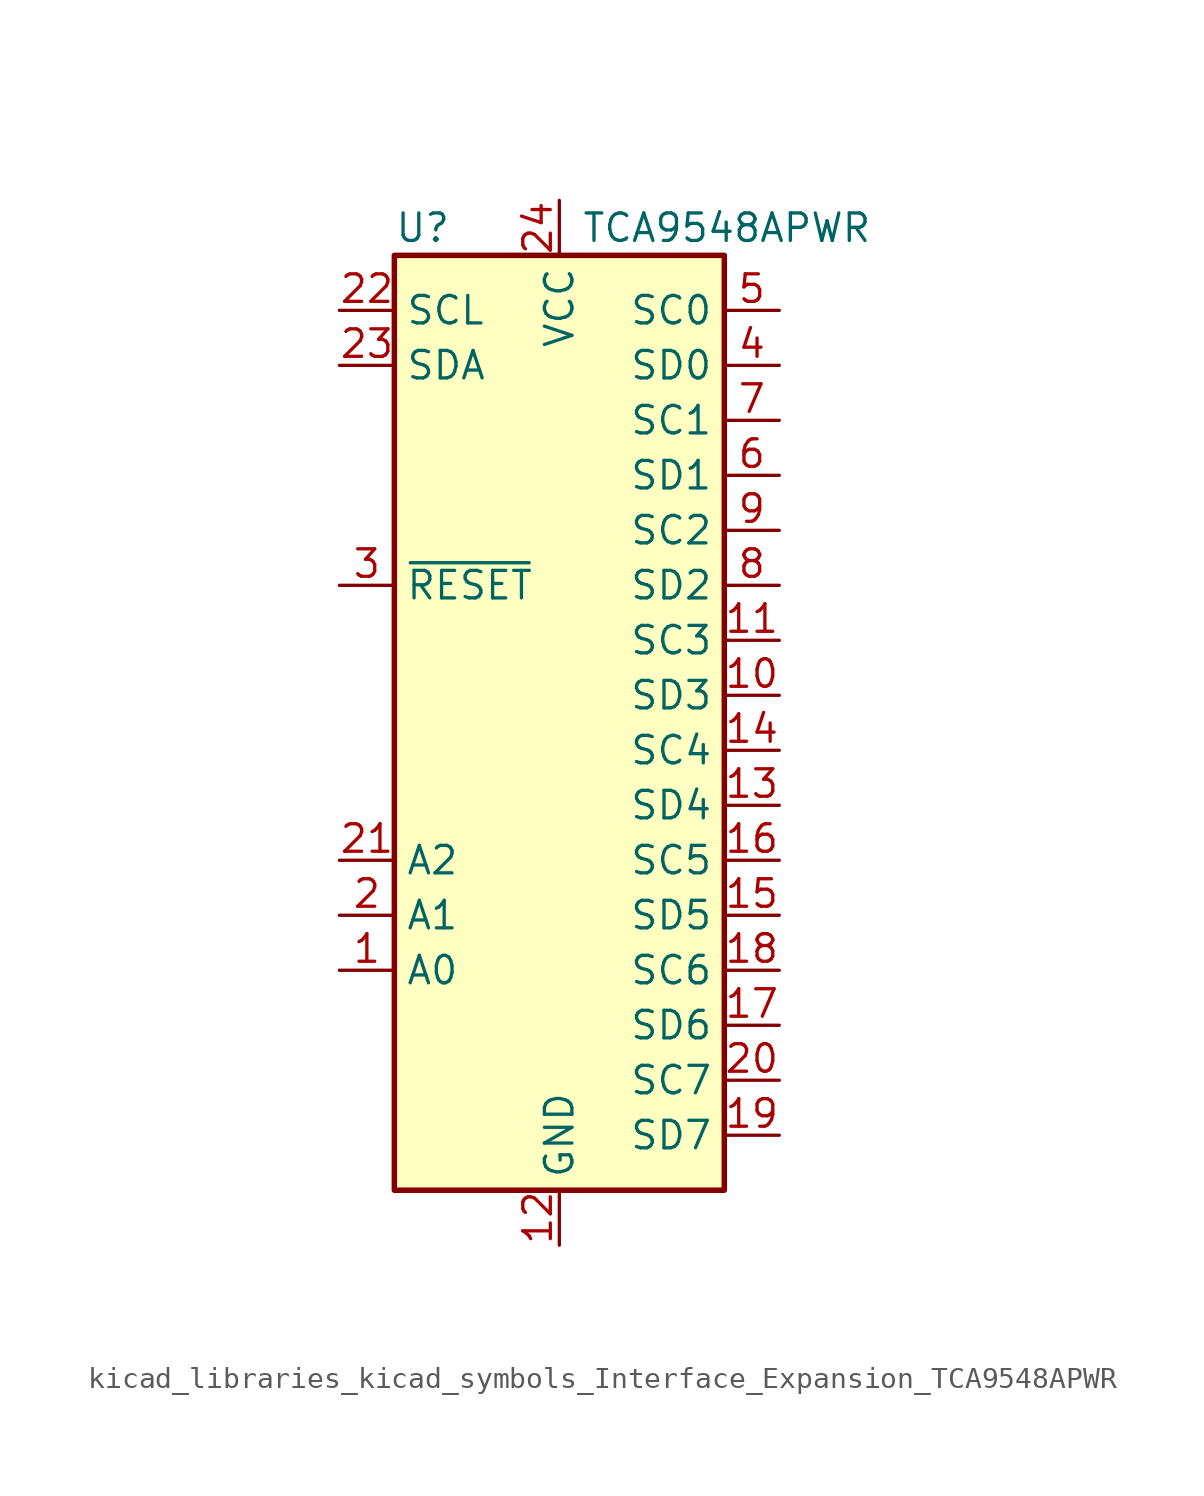
<source format=kicad_sym>
(kicad_symbol_lib
  (version 20220914)
  (generator kicad_symbol_editor)
  (symbol "kicad_libraries_kicad_symbols_Interface_Expansion_TCA9548APWR"
    (property "Reference" "U"
      (at -7.62 21.59 0)
      (effects (font (size 1.27 1.27)) (justify left)))
    (property "Value" "TCA9548APWR"
      (at 1.016 21.59 0)
      (effects (font (size 1.27 1.27)) (justify left)))
    (symbol "kicad_libraries_kicad_symbols_Interface_Expansion_TCA9548APWR_0_1"
      (rectangle (start -7.62 20.32) (end 7.62 -22.86) (stroke (width 0.254) (type default)) (fill (type background))))
    (symbol "kicad_libraries_kicad_symbols_Interface_Expansion_TCA9548APWR_1_1"
      (pin input line (at -10.16 -12.7 0) (length 2.54) (name "A0" (effects (font (size 1.27 1.27)))) (number "1" (effects (font (size 1.27 1.27)))))
      (pin bidirectional line (at 10.16 0 180) (length 2.54) (name "SD3" (effects (font (size 1.27 1.27)))) (number "10" (effects (font (size 1.27 1.27)))))
      (pin output line (at 10.16 2.54 180) (length 2.54) (name "SC3" (effects (font (size 1.27 1.27)))) (number "11" (effects (font (size 1.27 1.27)))))
      (pin power_in line (at 0 -25.4 90) (length 2.54) (name "GND" (effects (font (size 1.27 1.27)))) (number "12" (effects (font (size 1.27 1.27)))))
      (pin bidirectional line (at 10.16 -5.08 180) (length 2.54) (name "SD4" (effects (font (size 1.27 1.27)))) (number "13" (effects (font (size 1.27 1.27)))))
      (pin output line (at 10.16 -2.54 180) (length 2.54) (name "SC4" (effects (font (size 1.27 1.27)))) (number "14" (effects (font (size 1.27 1.27)))))
      (pin bidirectional line (at 10.16 -10.16 180) (length 2.54) (name "SD5" (effects (font (size 1.27 1.27)))) (number "15" (effects (font (size 1.27 1.27)))))
      (pin output line (at 10.16 -7.62 180) (length 2.54) (name "SC5" (effects (font (size 1.27 1.27)))) (number "16" (effects (font (size 1.27 1.27)))))
      (pin bidirectional line (at 10.16 -15.24 180) (length 2.54) (name "SD6" (effects (font (size 1.27 1.27)))) (number "17" (effects (font (size 1.27 1.27)))))
      (pin output line (at 10.16 -12.7 180) (length 2.54) (name "SC6" (effects (font (size 1.27 1.27)))) (number "18" (effects (font (size 1.27 1.27)))))
      (pin bidirectional line (at 10.16 -20.32 180) (length 2.54) (name "SD7" (effects (font (size 1.27 1.27)))) (number "19" (effects (font (size 1.27 1.27)))))
      (pin input line (at -10.16 -10.16 0) (length 2.54) (name "A1" (effects (font (size 1.27 1.27)))) (number "2" (effects (font (size 1.27 1.27)))))
      (pin output line (at 10.16 -17.78 180) (length 2.54) (name "SC7" (effects (font (size 1.27 1.27)))) (number "20" (effects (font (size 1.27 1.27)))))
      (pin input line (at -10.16 -7.62 0) (length 2.54) (name "A2" (effects (font (size 1.27 1.27)))) (number "21" (effects (font (size 1.27 1.27)))))
      (pin input line (at -10.16 17.78 0) (length 2.54) (name "SCL" (effects (font (size 1.27 1.27)))) (number "22" (effects (font (size 1.27 1.27)))))
      (pin bidirectional line (at -10.16 15.24 0) (length 2.54) (name "SDA" (effects (font (size 1.27 1.27)))) (number "23" (effects (font (size 1.27 1.27)))))
      (pin power_in line (at 0 22.86 270) (length 2.54) (name "VCC" (effects (font (size 1.27 1.27)))) (number "24" (effects (font (size 1.27 1.27)))))
      (pin input line (at -10.16 5.08 0) (length 2.54) (name "~{RESET}" (effects (font (size 1.27 1.27)))) (number "3" (effects (font (size 1.27 1.27)))))
      (pin bidirectional line (at 10.16 15.24 180) (length 2.54) (name "SD0" (effects (font (size 1.27 1.27)))) (number "4" (effects (font (size 1.27 1.27)))))
      (pin output line (at 10.16 17.78 180) (length 2.54) (name "SC0" (effects (font (size 1.27 1.27)))) (number "5" (effects (font (size 1.27 1.27)))))
      (pin bidirectional line (at 10.16 10.16 180) (length 2.54) (name "SD1" (effects (font (size 1.27 1.27)))) (number "6" (effects (font (size 1.27 1.27)))))
      (pin output line (at 10.16 12.7 180) (length 2.54) (name "SC1" (effects (font (size 1.27 1.27)))) (number "7" (effects (font (size 1.27 1.27)))))
      (pin bidirectional line (at 10.16 5.08 180) (length 2.54) (name "SD2" (effects (font (size 1.27 1.27)))) (number "8" (effects (font (size 1.27 1.27)))))
      (pin output line (at 10.16 7.62 180) (length 2.54) (name "SC2" (effects (font (size 1.27 1.27)))) (number "9" (effects (font (size 1.27 1.27))))))))
</source>
